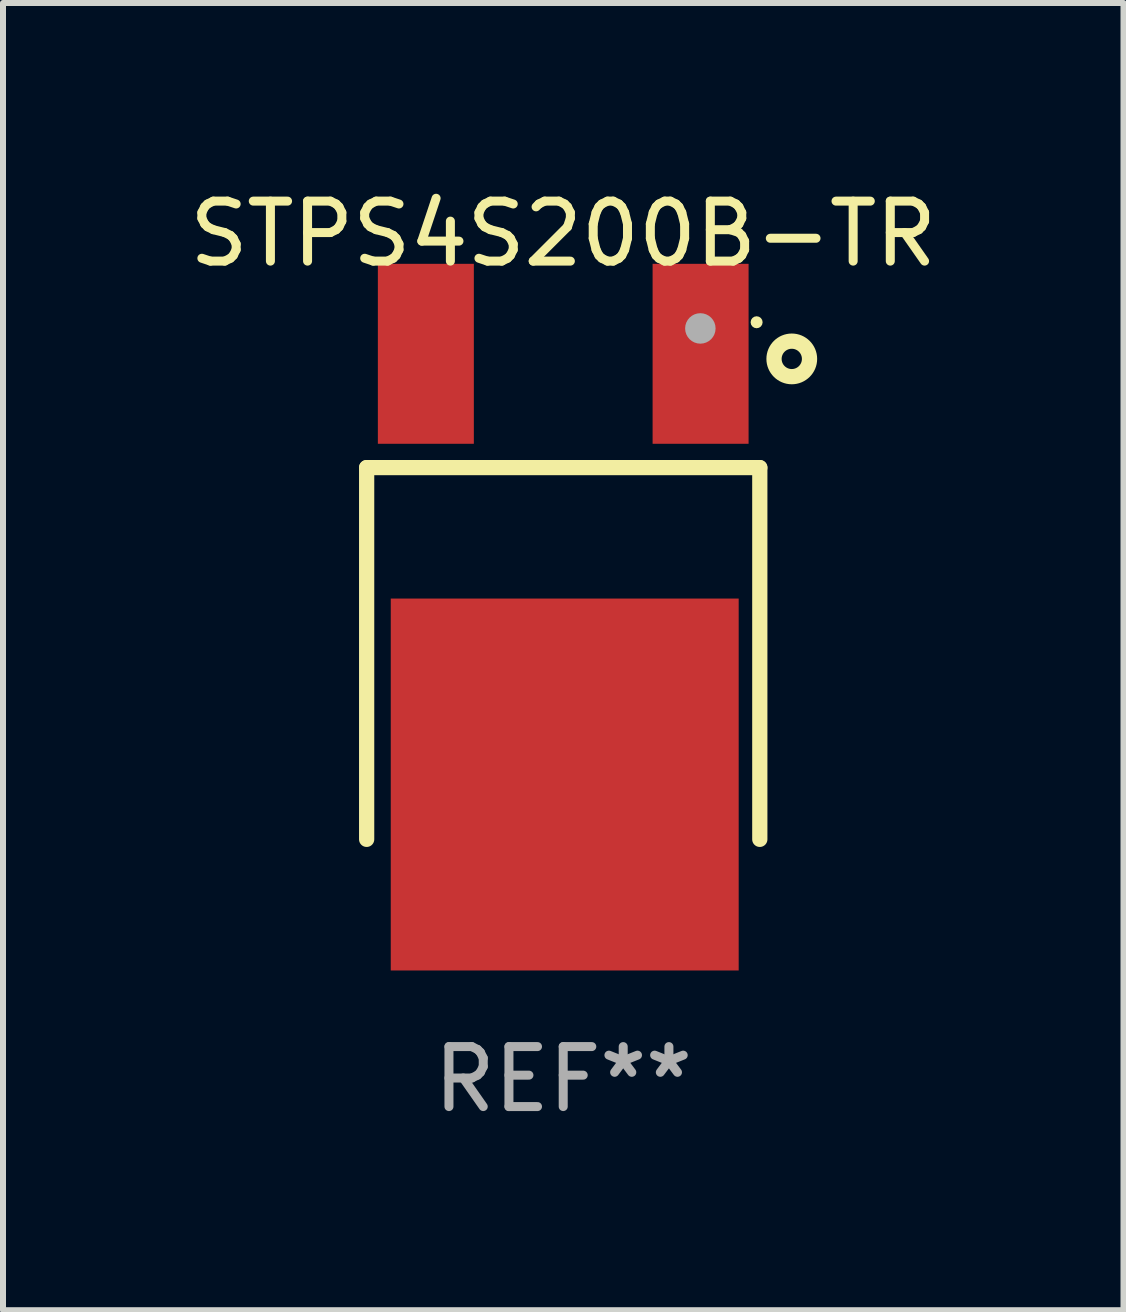
<source format=kicad_pcb>
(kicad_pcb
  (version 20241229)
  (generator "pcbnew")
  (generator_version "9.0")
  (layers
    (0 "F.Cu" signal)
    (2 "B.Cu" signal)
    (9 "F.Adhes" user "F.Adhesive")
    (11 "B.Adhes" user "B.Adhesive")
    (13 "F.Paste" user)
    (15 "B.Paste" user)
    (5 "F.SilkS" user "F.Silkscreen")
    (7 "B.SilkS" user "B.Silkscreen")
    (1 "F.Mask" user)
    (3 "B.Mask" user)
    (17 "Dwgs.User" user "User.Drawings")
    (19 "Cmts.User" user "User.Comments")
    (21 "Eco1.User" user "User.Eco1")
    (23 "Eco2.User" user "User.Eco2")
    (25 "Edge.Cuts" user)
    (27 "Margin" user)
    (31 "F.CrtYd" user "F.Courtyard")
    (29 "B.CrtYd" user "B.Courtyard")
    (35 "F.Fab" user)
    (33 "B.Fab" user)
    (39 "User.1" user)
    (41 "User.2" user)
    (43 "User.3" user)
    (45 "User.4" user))
  (footprint "STPS4S200B-TR"
    (layer "F.Cu")
    (at 6.339 6.895)
    (property "Reference" "STPS4S200B-TR" (at 0 -6.047 0) (layer "F.SilkS") (effects (font (size 1 1) (thickness 0.15))))
    (attr through_hole)
    (fp_line (start -3.277 -2.15) (end 3.277 -2.15) (stroke (width 0.254) (type solid)) (layer "F.SilkS"))
    (fp_line (start -3.277 4.047) (end -3.277 -2.15) (stroke (width 0.254) (type solid)) (layer "F.SilkS"))
    (fp_line (start 3.277 -2.15) (end 3.277 4.047) (stroke (width 0.254) (type solid)) (layer "F.SilkS"))
    (fp_circle (center 3.224 -4.573) (end 3.274 -4.573) (stroke (width 0.1) (type solid)) (fill no) (layer "F.SilkS"))
    (fp_circle (center 3.81 -3.962) (end 4.106 -3.962) (stroke (width 0.254) (type solid)) (fill no) (layer "F.SilkS"))
    (fp_circle (center 2.286 -4.47) (end 2.413 -4.47) (stroke (width 0.254) (type solid)) (fill no) (layer "F.Fab"))
    (fp_text user "REF**" (at 0 8.047 0) (layer "F.Fab") (effects (font (size 1 1) (thickness 0.15))))
    (pad "1" smd rect (at 2.29 -4.047 180) (size 1.6 3) (layers "F.Cu" "F.Mask" "F.Paste"))
    (pad "3" smd rect (at -2.29 -4.047 180) (size 1.6 3) (layers "F.Cu" "F.Mask" "F.Paste"))
    (pad "4" smd rect (at 0.025 3.133 180) (size 5.8 6.2) (layers "F.Cu" "F.Mask" "F.Paste")))
  (gr_rect
    (start -3 -3)
    (end 15.679 18.791)
    (stroke (width 0.1) (type default))
    (fill no)
    (layer "Edge.Cuts")))
</source>
